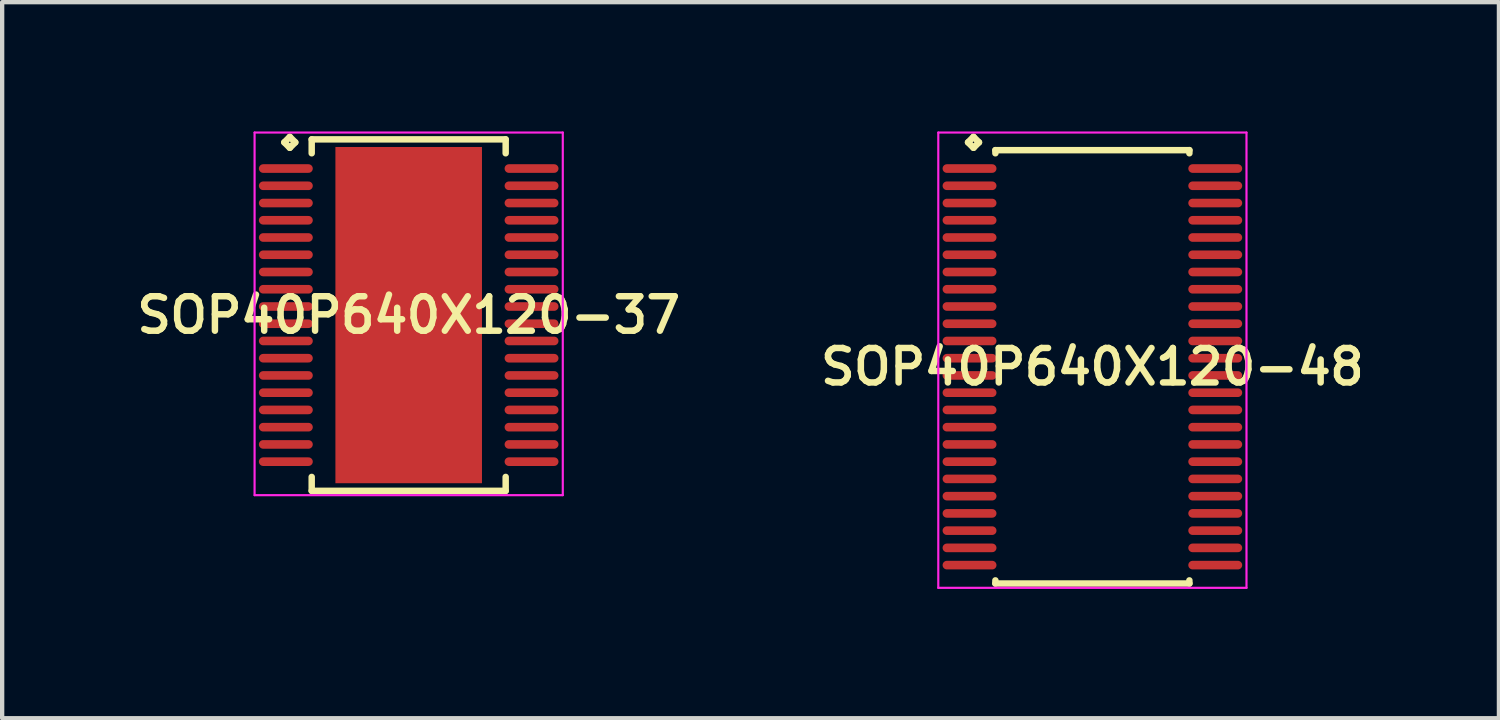
<source format=kicad_pcb>
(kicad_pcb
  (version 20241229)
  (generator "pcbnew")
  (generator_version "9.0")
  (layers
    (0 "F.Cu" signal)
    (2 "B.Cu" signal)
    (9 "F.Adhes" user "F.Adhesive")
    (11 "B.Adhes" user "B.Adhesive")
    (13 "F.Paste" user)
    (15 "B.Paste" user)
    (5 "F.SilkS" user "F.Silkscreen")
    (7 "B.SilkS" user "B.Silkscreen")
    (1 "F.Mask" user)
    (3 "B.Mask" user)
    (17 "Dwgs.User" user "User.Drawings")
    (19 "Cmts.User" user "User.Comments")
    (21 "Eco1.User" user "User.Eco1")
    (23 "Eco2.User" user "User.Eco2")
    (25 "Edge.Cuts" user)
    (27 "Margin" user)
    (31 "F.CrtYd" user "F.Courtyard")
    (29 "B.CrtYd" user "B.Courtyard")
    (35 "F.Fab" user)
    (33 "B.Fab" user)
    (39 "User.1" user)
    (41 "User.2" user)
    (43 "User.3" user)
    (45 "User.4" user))
  (footprint "SOP40P640X120-48"
    (layer "F.Cu")
    (at 22.292 5.46)
    (property "Reference" "SOP40P640X120-48" (at 0 0 0) (layer "F.SilkS") (effects (font (size 0.8 0.8) (thickness 0.15))))
    (attr smd)
    (fp_line (start -2.885 -5.208) (end -2.758 -5.335) (stroke (width 0.15) (type solid)) (layer "F.SilkS"))
    (fp_line (start -2.758 -5.335) (end -2.631 -5.208) (stroke (width 0.15) (type solid)) (layer "F.SilkS"))
    (fp_line (start -2.758 -5.081) (end -2.885 -5.208) (stroke (width 0.15) (type solid)) (layer "F.SilkS"))
    (fp_line (start -2.631 -5.208) (end -2.758 -5.081) (stroke (width 0.15) (type solid)) (layer "F.SilkS"))
    (fp_line (start -2.25 -5.027) (end 2.25 -5.027) (stroke (width 0.15) (type solid)) (layer "F.SilkS"))
    (fp_line (start -2.25 -4.954) (end -2.25 -5.027) (stroke (width 0.15) (type solid)) (layer "F.SilkS"))
    (fp_line (start -2.25 4.954) (end -2.25 5.027) (stroke (width 0.15) (type solid)) (layer "F.SilkS"))
    (fp_line (start -2.25 5.027) (end 2.25 5.027) (stroke (width 0.15) (type solid)) (layer "F.SilkS"))
    (fp_line (start 2.25 -5.027) (end 2.25 -4.954) (stroke (width 0.15) (type solid)) (layer "F.SilkS"))
    (fp_line (start 2.25 5.027) (end 2.25 4.954) (stroke (width 0.15) (type solid)) (layer "F.SilkS"))
    (fp_line (start -3.575 -5.435) (end 3.575 -5.435) (stroke (width 0.05) (type solid)) (layer "F.CrtYd"))
    (fp_line (start -3.575 5.127) (end -3.575 -5.435) (stroke (width 0.05) (type solid)) (layer "F.CrtYd"))
    (fp_line (start 3.575 -5.435) (end 3.575 5.127) (stroke (width 0.05) (type solid)) (layer "F.CrtYd"))
    (fp_line (start 3.575 5.127) (end -3.575 5.127) (stroke (width 0.05) (type solid)) (layer "F.CrtYd"))
    (pad "1" smd oval (at -2.85 -4.6) (size 1.25 0.2) (layers "F.Cu" "F.Mask" "F.Paste"))
    (pad "2" smd oval (at -2.85 -4.2) (size 1.25 0.2) (layers "F.Cu" "F.Mask" "F.Paste"))
    (pad "3" smd oval (at -2.85 -3.8) (size 1.25 0.2) (layers "F.Cu" "F.Mask" "F.Paste"))
    (pad "4" smd oval (at -2.85 -3.4) (size 1.25 0.2) (layers "F.Cu" "F.Mask" "F.Paste"))
    (pad "5" smd oval (at -2.85 -3) (size 1.25 0.2) (layers "F.Cu" "F.Mask" "F.Paste"))
    (pad "6" smd oval (at -2.85 -2.6) (size 1.25 0.2) (layers "F.Cu" "F.Mask" "F.Paste"))
    (pad "7" smd oval (at -2.85 -2.2) (size 1.25 0.2) (layers "F.Cu" "F.Mask" "F.Paste"))
    (pad "8" smd oval (at -2.85 -1.8) (size 1.25 0.2) (layers "F.Cu" "F.Mask" "F.Paste"))
    (pad "9" smd oval (at -2.85 -1.4) (size 1.25 0.2) (layers "F.Cu" "F.Mask" "F.Paste"))
    (pad "10" smd oval (at -2.85 -1) (size 1.25 0.2) (layers "F.Cu" "F.Mask" "F.Paste"))
    (pad "11" smd oval (at -2.85 -0.6) (size 1.25 0.2) (layers "F.Cu" "F.Mask" "F.Paste"))
    (pad "12" smd oval (at -2.85 -0.2) (size 1.25 0.2) (layers "F.Cu" "F.Mask" "F.Paste"))
    (pad "13" smd oval (at -2.85 0.2) (size 1.25 0.2) (layers "F.Cu" "F.Mask" "F.Paste"))
    (pad "14" smd oval (at -2.85 0.6) (size 1.25 0.2) (layers "F.Cu" "F.Mask" "F.Paste"))
    (pad "15" smd oval (at -2.85 1) (size 1.25 0.2) (layers "F.Cu" "F.Mask" "F.Paste"))
    (pad "16" smd oval (at -2.85 1.4) (size 1.25 0.2) (layers "F.Cu" "F.Mask" "F.Paste"))
    (pad "17" smd oval (at -2.85 1.8) (size 1.25 0.2) (layers "F.Cu" "F.Mask" "F.Paste"))
    (pad "18" smd oval (at -2.85 2.2) (size 1.25 0.2) (layers "F.Cu" "F.Mask" "F.Paste"))
    (pad "19" smd oval (at -2.85 2.6) (size 1.25 0.2) (layers "F.Cu" "F.Mask" "F.Paste"))
    (pad "20" smd oval (at -2.85 3) (size 1.25 0.2) (layers "F.Cu" "F.Mask" "F.Paste"))
    (pad "21" smd oval (at -2.85 3.4) (size 1.25 0.2) (layers "F.Cu" "F.Mask" "F.Paste"))
    (pad "22" smd oval (at -2.85 3.8) (size 1.25 0.2) (layers "F.Cu" "F.Mask" "F.Paste"))
    (pad "23" smd oval (at -2.85 4.2) (size 1.25 0.2) (layers "F.Cu" "F.Mask" "F.Paste"))
    (pad "24" smd oval (at -2.85 4.6) (size 1.25 0.2) (layers "F.Cu" "F.Mask" "F.Paste"))
    (pad "25" smd oval (at 2.85 4.6) (size 1.25 0.2) (layers "F.Cu" "F.Mask" "F.Paste"))
    (pad "26" smd oval (at 2.85 4.2) (size 1.25 0.2) (layers "F.Cu" "F.Mask" "F.Paste"))
    (pad "27" smd oval (at 2.85 3.8) (size 1.25 0.2) (layers "F.Cu" "F.Mask" "F.Paste"))
    (pad "28" smd oval (at 2.85 3.4) (size 1.25 0.2) (layers "F.Cu" "F.Mask" "F.Paste"))
    (pad "29" smd oval (at 2.85 3) (size 1.25 0.2) (layers "F.Cu" "F.Mask" "F.Paste"))
    (pad "30" smd oval (at 2.85 2.6) (size 1.25 0.2) (layers "F.Cu" "F.Mask" "F.Paste"))
    (pad "31" smd oval (at 2.85 2.2) (size 1.25 0.2) (layers "F.Cu" "F.Mask" "F.Paste"))
    (pad "32" smd oval (at 2.85 1.8) (size 1.25 0.2) (layers "F.Cu" "F.Mask" "F.Paste"))
    (pad "33" smd oval (at 2.85 1.4) (size 1.25 0.2) (layers "F.Cu" "F.Mask" "F.Paste"))
    (pad "34" smd oval (at 2.85 1) (size 1.25 0.2) (layers "F.Cu" "F.Mask" "F.Paste"))
    (pad "35" smd oval (at 2.85 0.6) (size 1.25 0.2) (layers "F.Cu" "F.Mask" "F.Paste"))
    (pad "36" smd oval (at 2.85 0.2) (size 1.25 0.2) (layers "F.Cu" "F.Mask" "F.Paste"))
    (pad "37" smd oval (at 2.85 -0.2) (size 1.25 0.2) (layers "F.Cu" "F.Mask" "F.Paste"))
    (pad "38" smd oval (at 2.85 -0.6) (size 1.25 0.2) (layers "F.Cu" "F.Mask" "F.Paste"))
    (pad "39" smd oval (at 2.85 -1) (size 1.25 0.2) (layers "F.Cu" "F.Mask" "F.Paste"))
    (pad "40" smd oval (at 2.85 -1.4) (size 1.25 0.2) (layers "F.Cu" "F.Mask" "F.Paste"))
    (pad "41" smd oval (at 2.85 -1.8) (size 1.25 0.2) (layers "F.Cu" "F.Mask" "F.Paste"))
    (pad "42" smd oval (at 2.85 -2.2) (size 1.25 0.2) (layers "F.Cu" "F.Mask" "F.Paste"))
    (pad "43" smd oval (at 2.85 -2.6) (size 1.25 0.2) (layers "F.Cu" "F.Mask" "F.Paste"))
    (pad "44" smd oval (at 2.85 -3) (size 1.25 0.2) (layers "F.Cu" "F.Mask" "F.Paste"))
    (pad "45" smd oval (at 2.85 -3.4) (size 1.25 0.2) (layers "F.Cu" "F.Mask" "F.Paste"))
    (pad "46" smd oval (at 2.85 -3.8) (size 1.25 0.2) (layers "F.Cu" "F.Mask" "F.Paste"))
    (pad "47" smd oval (at 2.85 -4.2) (size 1.25 0.2) (layers "F.Cu" "F.Mask" "F.Paste"))
    (pad "48" smd oval (at 2.85 -4.6) (size 1.25 0.2) (layers "F.Cu" "F.Mask" "F.Paste")))
  (footprint "SOP40P640X120-37"
    (layer "F.Cu")
    (at 6.431 4.26)
    (property "Reference" "SOP40P640X120-37" (at 0 0 0) (layer "F.SilkS") (effects (font (size 0.8 0.8) (thickness 0.15))))
    (attr smd)
    (fp_line (start -2.885 -4.008) (end -2.758 -4.135) (stroke (width 0.15) (type solid)) (layer "F.SilkS"))
    (fp_line (start -2.758 -4.135) (end -2.631 -4.008) (stroke (width 0.15) (type solid)) (layer "F.SilkS"))
    (fp_line (start -2.758 -3.881) (end -2.885 -4.008) (stroke (width 0.15) (type solid)) (layer "F.SilkS"))
    (fp_line (start -2.631 -4.008) (end -2.758 -3.881) (stroke (width 0.15) (type solid)) (layer "F.SilkS"))
    (fp_line (start -2.25 -4.077) (end 2.25 -4.077) (stroke (width 0.15) (type solid)) (layer "F.SilkS"))
    (fp_line (start -2.25 -3.754) (end -2.25 -4.077) (stroke (width 0.15) (type solid)) (layer "F.SilkS"))
    (fp_line (start -2.25 3.754) (end -2.25 4.077) (stroke (width 0.15) (type solid)) (layer "F.SilkS"))
    (fp_line (start -2.25 4.077) (end 2.25 4.077) (stroke (width 0.15) (type solid)) (layer "F.SilkS"))
    (fp_line (start 2.25 -4.077) (end 2.25 -3.754) (stroke (width 0.15) (type solid)) (layer "F.SilkS"))
    (fp_line (start 2.25 4.077) (end 2.25 3.754) (stroke (width 0.15) (type solid)) (layer "F.SilkS"))
    (fp_line (start -3.575 -4.235) (end 3.575 -4.235) (stroke (width 0.05) (type solid)) (layer "F.CrtYd"))
    (fp_line (start -3.575 4.177) (end -3.575 -4.235) (stroke (width 0.05) (type solid)) (layer "F.CrtYd"))
    (fp_line (start 3.575 -4.235) (end 3.575 4.177) (stroke (width 0.05) (type solid)) (layer "F.CrtYd"))
    (fp_line (start 3.575 4.177) (end -3.575 4.177) (stroke (width 0.05) (type solid)) (layer "F.CrtYd"))
    (pad "1" smd oval (at -2.85 -3.4) (size 1.25 0.2) (layers "F.Cu" "F.Mask" "F.Paste"))
    (pad "2" smd oval (at -2.85 -3) (size 1.25 0.2) (layers "F.Cu" "F.Mask" "F.Paste"))
    (pad "3" smd oval (at -2.85 -2.6) (size 1.25 0.2) (layers "F.Cu" "F.Mask" "F.Paste"))
    (pad "4" smd oval (at -2.85 -2.2) (size 1.25 0.2) (layers "F.Cu" "F.Mask" "F.Paste"))
    (pad "5" smd oval (at -2.85 -1.8) (size 1.25 0.2) (layers "F.Cu" "F.Mask" "F.Paste"))
    (pad "6" smd oval (at -2.85 -1.4) (size 1.25 0.2) (layers "F.Cu" "F.Mask" "F.Paste"))
    (pad "7" smd oval (at -2.85 -1) (size 1.25 0.2) (layers "F.Cu" "F.Mask" "F.Paste"))
    (pad "8" smd oval (at -2.85 -0.6) (size 1.25 0.2) (layers "F.Cu" "F.Mask" "F.Paste"))
    (pad "9" smd oval (at -2.85 -0.2) (size 1.25 0.2) (layers "F.Cu" "F.Mask" "F.Paste"))
    (pad "10" smd oval (at -2.85 0.2) (size 1.25 0.2) (layers "F.Cu" "F.Mask" "F.Paste"))
    (pad "11" smd oval (at -2.85 0.6) (size 1.25 0.2) (layers "F.Cu" "F.Mask" "F.Paste"))
    (pad "12" smd oval (at -2.85 1) (size 1.25 0.2) (layers "F.Cu" "F.Mask" "F.Paste"))
    (pad "13" smd oval (at -2.85 1.4) (size 1.25 0.2) (layers "F.Cu" "F.Mask" "F.Paste"))
    (pad "14" smd oval (at -2.85 1.8) (size 1.25 0.2) (layers "F.Cu" "F.Mask" "F.Paste"))
    (pad "15" smd oval (at -2.85 2.2) (size 1.25 0.2) (layers "F.Cu" "F.Mask" "F.Paste"))
    (pad "16" smd oval (at -2.85 2.6) (size 1.25 0.2) (layers "F.Cu" "F.Mask" "F.Paste"))
    (pad "17" smd oval (at -2.85 3) (size 1.25 0.2) (layers "F.Cu" "F.Mask" "F.Paste"))
    (pad "18" smd oval (at -2.85 3.4) (size 1.25 0.2) (layers "F.Cu" "F.Mask" "F.Paste"))
    (pad "19" smd oval (at 2.85 3.4) (size 1.25 0.2) (layers "F.Cu" "F.Mask" "F.Paste"))
    (pad "20" smd oval (at 2.85 3) (size 1.25 0.2) (layers "F.Cu" "F.Mask" "F.Paste"))
    (pad "21" smd oval (at 2.85 2.6) (size 1.25 0.2) (layers "F.Cu" "F.Mask" "F.Paste"))
    (pad "22" smd oval (at 2.85 2.2) (size 1.25 0.2) (layers "F.Cu" "F.Mask" "F.Paste"))
    (pad "23" smd oval (at 2.85 1.8) (size 1.25 0.2) (layers "F.Cu" "F.Mask" "F.Paste"))
    (pad "24" smd oval (at 2.85 1.4) (size 1.25 0.2) (layers "F.Cu" "F.Mask" "F.Paste"))
    (pad "25" smd oval (at 2.85 1) (size 1.25 0.2) (layers "F.Cu" "F.Mask" "F.Paste"))
    (pad "26" smd oval (at 2.85 0.6) (size 1.25 0.2) (layers "F.Cu" "F.Mask" "F.Paste"))
    (pad "27" smd oval (at 2.85 0.2) (size 1.25 0.2) (layers "F.Cu" "F.Mask" "F.Paste"))
    (pad "28" smd oval (at 2.85 -0.2) (size 1.25 0.2) (layers "F.Cu" "F.Mask" "F.Paste"))
    (pad "29" smd oval (at 2.85 -0.6) (size 1.25 0.2) (layers "F.Cu" "F.Mask" "F.Paste"))
    (pad "30" smd oval (at 2.85 -1) (size 1.25 0.2) (layers "F.Cu" "F.Mask" "F.Paste"))
    (pad "31" smd oval (at 2.85 -1.4) (size 1.25 0.2) (layers "F.Cu" "F.Mask" "F.Paste"))
    (pad "32" smd oval (at 2.85 -1.8) (size 1.25 0.2) (layers "F.Cu" "F.Mask" "F.Paste"))
    (pad "33" smd oval (at 2.85 -2.2) (size 1.25 0.2) (layers "F.Cu" "F.Mask" "F.Paste"))
    (pad "34" smd oval (at 2.85 -2.6) (size 1.25 0.2) (layers "F.Cu" "F.Mask" "F.Paste"))
    (pad "35" smd oval (at 2.85 -3) (size 1.25 0.2) (layers "F.Cu" "F.Mask" "F.Paste"))
    (pad "36" smd oval (at 2.85 -3.4) (size 1.25 0.2) (layers "F.Cu" "F.Mask" "F.Paste"))
    (pad "37" smd rect (at 0 0) (size 3.4 7.8) (layers "F.Cu" "F.Mask" "F.Paste")))
  (gr_rect
    (start -3 -3)
    (end 31.723 13.612)
    (stroke (width 0.1) (type default))
    (fill no)
    (layer "Edge.Cuts")))
</source>
